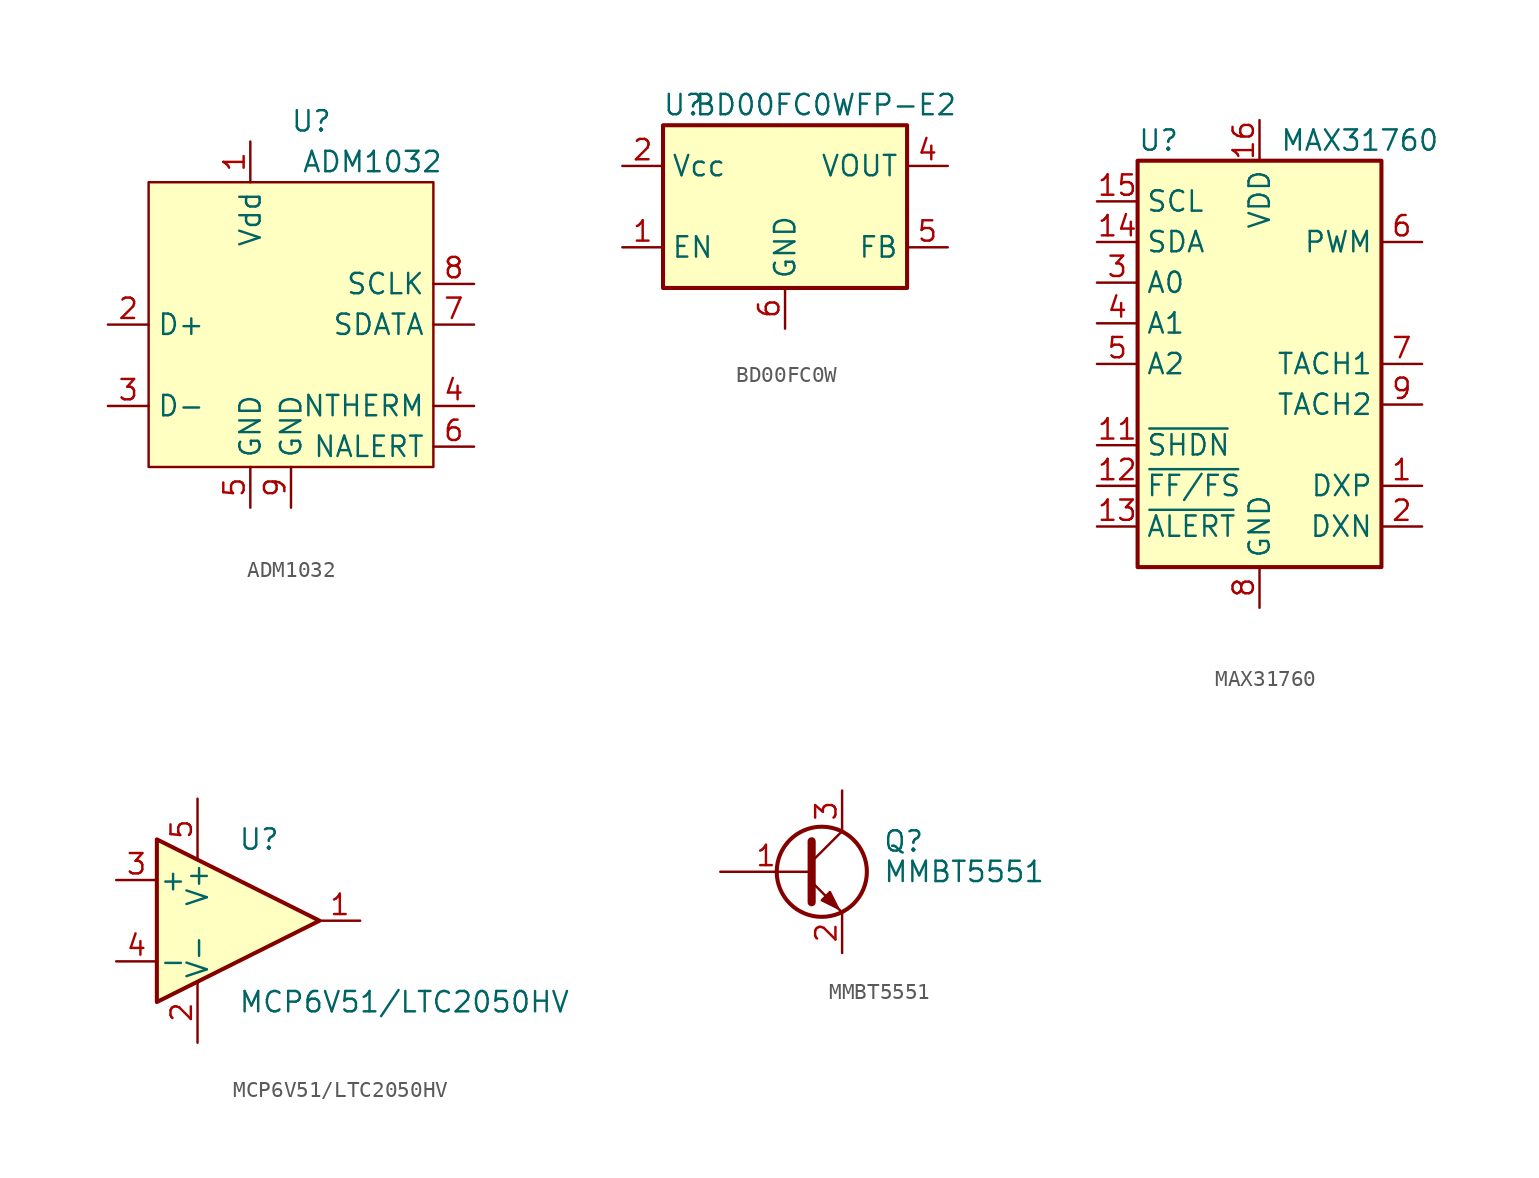
<source format=kicad_sym>
(kicad_symbol_lib
  (version 20220914)
  (generator kicad_symbol_editor)
  (symbol "ADM1032"
    (property "Reference" "U"
      (at 1.27 15.24 0)
      (effects (font (size 1.27 1.27))))
    (property "Value" "ADM1032"
      (at 5.08 12.7 0)
      (effects (font (size 1.27 1.27))))
    (symbol "ADM1032_0_1"
      (rectangle (start -8.89 11.43) (end 8.89 -6.35) (stroke (width 0) (type default)) (fill (type background))))
    (symbol "ADM1032_1_1"
      (pin power_in line (at -2.54 13.97 270) (length 2.54) (name "Vdd" (effects (font (size 1.27 1.27)))) (number "1" (effects (font (size 1.27 1.27)))))
      (pin bidirectional line (at -11.43 2.54 0) (length 2.54) (name "D+" (effects (font (size 1.27 1.27)))) (number "2" (effects (font (size 1.27 1.27)))))
      (pin bidirectional line (at -11.43 -2.54 0) (length 2.54) (name "D-" (effects (font (size 1.27 1.27)))) (number "3" (effects (font (size 1.27 1.27)))))
      (pin output line (at 11.43 -2.54 180) (length 2.54) (name "NTHERM" (effects (font (size 1.27 1.27)))) (number "4" (effects (font (size 1.27 1.27)))))
      (pin power_in line (at -2.54 -8.89 90) (length 2.54) (name "GND" (effects (font (size 1.27 1.27)))) (number "5" (effects (font (size 1.27 1.27)))))
      (pin output line (at 11.43 -5.08 180) (length 2.54) (name "NALERT" (effects (font (size 1.27 1.27)))) (number "6" (effects (font (size 1.27 1.27)))))
      (pin bidirectional line (at 11.43 2.54 180) (length 2.54) (name "SDATA" (effects (font (size 1.27 1.27)))) (number "7" (effects (font (size 1.27 1.27)))))
      (pin input line (at 11.43 5.08 180) (length 2.54) (name "SCLK" (effects (font (size 1.27 1.27)))) (number "8" (effects (font (size 1.27 1.27)))))
      (pin power_in line (at 0 -8.89 90) (length 2.54) (name "GND" (effects (font (size 1.27 1.27)))) (number "9" (effects (font (size 1.27 1.27)))))))
  (symbol "BD00FC0W"
    (property "Reference" "U"
      (at -6.35 6.35 0)
      (effects (font (size 1.27 1.27))))
    (property "Value" "BD00FC0WFP-E2"
      (at 2.54 6.35 0)
      (effects (font (size 1.27 1.27))))
    (symbol "BD00FC0W_1_0"
      (pin power_in line (at 0 -7.62 90) (length 2.54) (name "GND" (effects (font (size 1.27 1.27)))) (number "6" (effects (font (size 1.27 1.27))))))
    (symbol "BD00FC0W_1_1"
      (rectangle (start -7.62 5.08) (end 7.62 -5.08) (stroke (width 0.254) (type default)) (fill (type background)))
      (pin input line (at -10.16 -2.54 0) (length 2.54) (name "EN" (effects (font (size 1.27 1.27)))) (number "1" (effects (font (size 1.27 1.27)))))
      (pin power_in line (at -10.16 2.54 0) (length 2.54) (name "Vcc" (effects (font (size 1.27 1.27)))) (number "2" (effects (font (size 1.27 1.27)))))
      (pin no_connect line (at -2.54 -7.62 90) (length 2.54) hide (name "N.C." (effects (font (size 1.27 1.27)))) (number "3" (effects (font (size 1.27 1.27)))))
      (pin power_out line (at 10.16 2.54 180) (length 2.54) (name "VOUT" (effects (font (size 1.27 1.27)))) (number "4" (effects (font (size 1.27 1.27)))))
      (pin input line (at 10.16 -2.54 180) (length 2.54) (name "FB" (effects (font (size 1.27 1.27)))) (number "5" (effects (font (size 1.27 1.27)))))))
  (symbol "MAX31760"
    (property "Reference" "U"
      (at -7.62 13.97 0)
      (effects (font (size 1.27 1.27)) (justify left)))
    (property "Value" "MAX31760"
      (at 1.27 13.97 0)
      (effects (font (size 1.27 1.27)) (justify left)))
    (symbol "MAX31760_0_0"
      (rectangle (start -7.62 12.7) (end 7.62 -12.7) (stroke (width 0.254) (type default)) (fill (type background))))
    (symbol "MAX31760_1_1"
      (pin input line (at 10.16 -7.62 180) (length 2.54) (name "DXP" (effects (font (size 1.27 1.27)))) (number "1" (effects (font (size 1.27 1.27)))))
      (pin no_connect line (at 10.16 2.54 180) (length 2.54) hide (name "N.C." (effects (font (size 1.27 1.27)))) (number "10" (effects (font (size 1.27 1.27)))))
      (pin input line (at -10.16 -5.08 0) (length 2.54) (name "~{SHDN}" (effects (font (size 1.27 1.27)))) (number "11" (effects (font (size 1.27 1.27)))))
      (pin input line (at -10.16 -7.62 0) (length 2.54) (name "~{FF/FS}" (effects (font (size 1.27 1.27)))) (number "12" (effects (font (size 1.27 1.27)))))
      (pin output line (at -10.16 -10.16 0) (length 2.54) (name "~{ALERT}" (effects (font (size 1.27 1.27)))) (number "13" (effects (font (size 1.27 1.27)))))
      (pin bidirectional line (at -10.16 7.62 0) (length 2.54) (name "SDA" (effects (font (size 1.27 1.27)))) (number "14" (effects (font (size 1.27 1.27)))))
      (pin input line (at -10.16 10.16 0) (length 2.54) (name "SCL" (effects (font (size 1.27 1.27)))) (number "15" (effects (font (size 1.27 1.27)))))
      (pin power_in line (at 0 15.24 270) (length 2.54) (name "VDD" (effects (font (size 1.27 1.27)))) (number "16" (effects (font (size 1.27 1.27)))))
      (pin input line (at 10.16 -10.16 180) (length 2.54) (name "DXN" (effects (font (size 1.27 1.27)))) (number "2" (effects (font (size 1.27 1.27)))))
      (pin input line (at -10.16 5.08 0) (length 2.54) (name "A0" (effects (font (size 1.27 1.27)))) (number "3" (effects (font (size 1.27 1.27)))))
      (pin input line (at -10.16 2.54 0) (length 2.54) (name "A1" (effects (font (size 1.27 1.27)))) (number "4" (effects (font (size 1.27 1.27)))))
      (pin input line (at -10.16 0 0) (length 2.54) (name "A2" (effects (font (size 1.27 1.27)))) (number "5" (effects (font (size 1.27 1.27)))))
      (pin output line (at 10.16 7.62 180) (length 2.54) (name "PWM" (effects (font (size 1.27 1.27)))) (number "6" (effects (font (size 1.27 1.27)))))
      (pin passive line (at 10.16 0 180) (length 2.54) (name "TACH1" (effects (font (size 1.27 1.27)))) (number "7" (effects (font (size 1.27 1.27)))))
      (pin input line (at 0 -15.24 90) (length 2.54) (name "GND" (effects (font (size 1.27 1.27)))) (number "8" (effects (font (size 1.27 1.27)))))
      (pin input line (at 10.16 -2.54 180) (length 2.54) (name "TACH2" (effects (font (size 1.27 1.27)))) (number "9" (effects (font (size 1.27 1.27)))))))
  (symbol "MCP6V51/LTC2050HV"
    (pin_names
      (offset 0.127))
    (property "Reference" "U"
      (at 0 5.08 0)
      (effects (font (size 1.27 1.27)) (justify left)))
    (property "Value" "MCP6V51{slash}LTC2050HV"
      (at 0 -5.08 0)
      (effects (font (size 1.27 1.27)) (justify left)))
    (symbol "MCP6V51/LTC2050HV_0_1"
      (polyline (pts (xy -5.08 5.08) (xy 5.08 0) (xy -5.08 -5.08) (xy -5.08 5.08)) (stroke (width 0.254) (type default)) (fill (type background)))
      (pin power_in line (at -2.54 -7.62 90) (length 3.81) (name "V-" (effects (font (size 1.27 1.27)))) (number "2" (effects (font (size 1.27 1.27)))))
      (pin power_in line (at -2.54 7.62 270) (length 3.81) (name "V+" (effects (font (size 1.27 1.27)))) (number "5" (effects (font (size 1.27 1.27))))))
    (symbol "MCP6V51/LTC2050HV_1_1"
      (pin output line (at 7.62 0 180) (length 2.54) (name "~" (effects (font (size 1.27 1.27)))) (number "1" (effects (font (size 1.27 1.27)))))
      (pin input line (at -7.62 2.54 0) (length 2.54) (name "+" (effects (font (size 1.27 1.27)))) (number "3" (effects (font (size 1.27 1.27)))))
      (pin input line (at -7.62 -2.54 0) (length 2.54) (name "-" (effects (font (size 1.27 1.27)))) (number "4" (effects (font (size 1.27 1.27)))))))
  (symbol "MMBT5551"
    (pin_names
      (offset 0) hide)
    (property "Reference" "Q"
      (at 5.08 1.905 0)
      (effects (font (size 1.27 1.27)) (justify left)))
    (property "Value" "MMBT5551"
      (at 5.08 0 0)
      (effects (font (size 1.27 1.27)) (justify left)))
    (symbol "MMBT5551_0_1"
      (polyline (pts (xy 0.635 0.635) (xy 2.54 2.54)) (stroke (width 0) (type default)) (fill (type none)))
      (polyline (pts (xy 0.635 -0.635) (xy 2.54 -2.54) (xy 2.54 -2.54)) (stroke (width 0) (type default)) (fill (type none)))
      (polyline (pts (xy 0.635 1.905) (xy 0.635 -1.905) (xy 0.635 -1.905)) (stroke (width 0.508) (type default)) (fill (type none)))
      (polyline (pts (xy 1.27 -1.778) (xy 1.778 -1.27) (xy 2.286 -2.286) (xy 1.27 -1.778) (xy 1.27 -1.778)) (stroke (width 0) (type default)) (fill (type outline)))
      (circle (center 1.27 0) (radius 2.819) (stroke (width 0.254) (type default)) (fill (type none))))
    (symbol "MMBT5551_1_1"
      (pin input line (at -5.08 0 0) (length 5.715) (name "B" (effects (font (size 1.27 1.27)))) (number "1" (effects (font (size 1.27 1.27)))))
      (pin passive line (at 2.54 -5.08 90) (length 2.54) (name "E" (effects (font (size 1.27 1.27)))) (number "2" (effects (font (size 1.27 1.27)))))
      (pin passive line (at 2.54 5.08 270) (length 2.54) (name "C" (effects (font (size 1.27 1.27)))) (number "3" (effects (font (size 1.27 1.27))))))))
</source>
